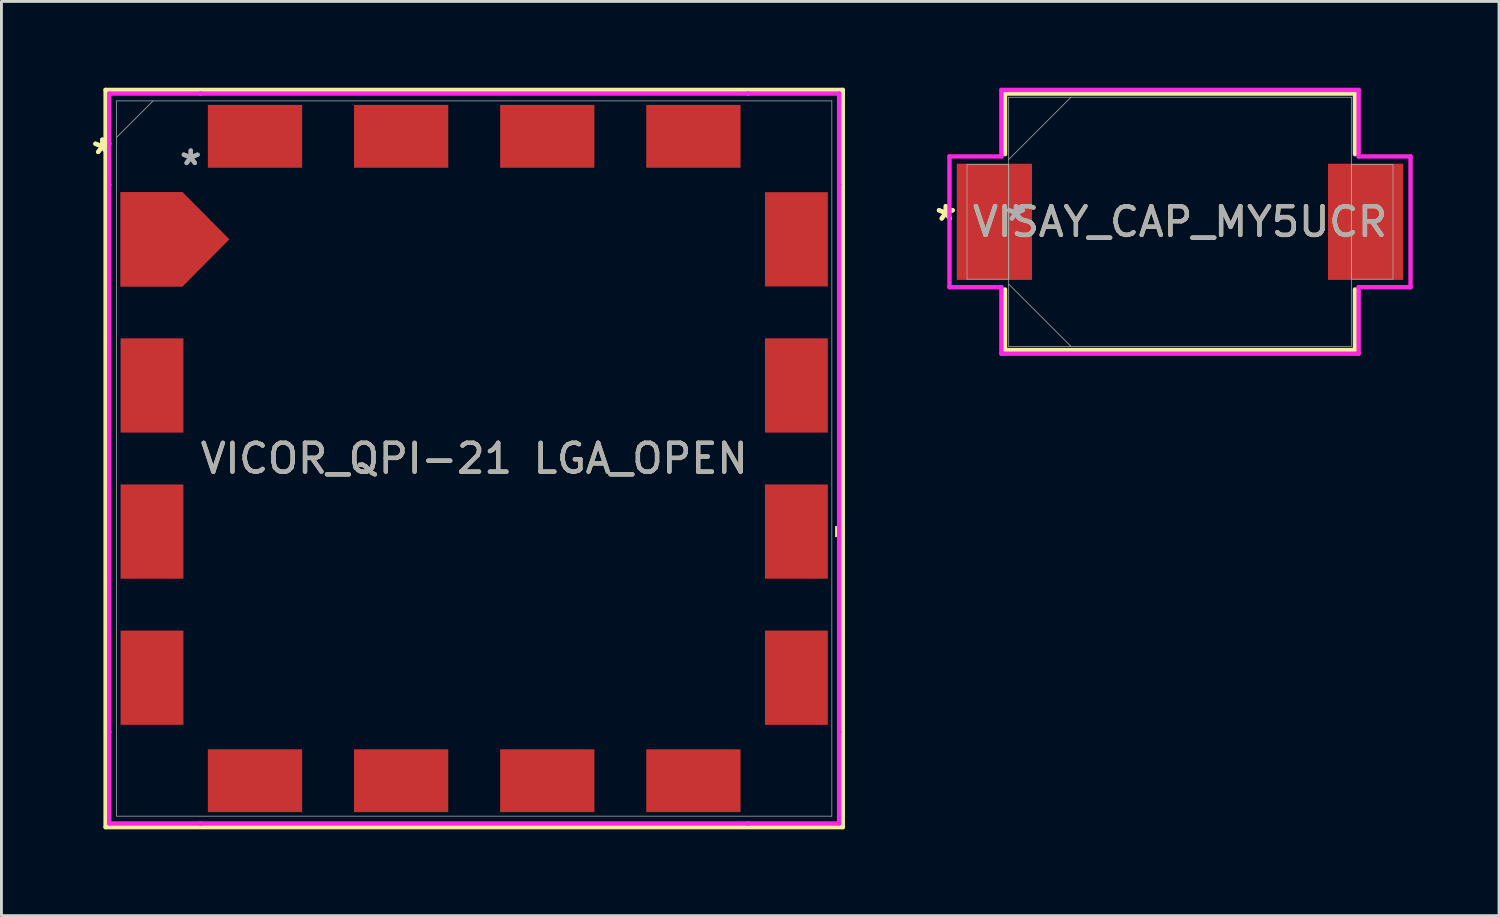
<source format=kicad_pcb>
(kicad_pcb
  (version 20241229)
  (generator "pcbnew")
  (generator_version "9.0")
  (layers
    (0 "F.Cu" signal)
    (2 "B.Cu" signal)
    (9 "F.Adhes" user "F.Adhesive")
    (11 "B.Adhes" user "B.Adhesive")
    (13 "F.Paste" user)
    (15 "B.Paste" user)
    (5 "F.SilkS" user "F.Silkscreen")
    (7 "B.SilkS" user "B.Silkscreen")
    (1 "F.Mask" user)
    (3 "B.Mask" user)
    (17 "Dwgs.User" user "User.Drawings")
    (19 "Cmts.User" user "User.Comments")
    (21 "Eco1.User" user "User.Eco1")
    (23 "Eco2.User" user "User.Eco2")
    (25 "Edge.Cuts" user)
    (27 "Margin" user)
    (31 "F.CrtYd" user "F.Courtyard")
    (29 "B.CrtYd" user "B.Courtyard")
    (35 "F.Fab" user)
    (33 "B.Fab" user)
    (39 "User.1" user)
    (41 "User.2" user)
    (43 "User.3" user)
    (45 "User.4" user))
  (footprint "VISAY_CAP_MY5UCR"
    (layer "F.Cu")
    (at 37.972 4.661)
    (property "Reference" "VISAY_CAP_MY5UCR" (at 0 0 0) (unlocked yes) (layer "F.SilkS") (effects (font (size 1 1) (thickness 0.15))))
    (attr smd)
    (fp_line (start -6.083 -4.458) (end -6.083 -2.352) (stroke (width 0.152) (type solid)) (layer "F.SilkS"))
    (fp_line (start -6.083 2.352) (end -6.083 4.458) (stroke (width 0.152) (type solid)) (layer "F.SilkS"))
    (fp_line (start -6.083 4.458) (end 6.083 4.458) (stroke (width 0.152) (type solid)) (layer "F.SilkS"))
    (fp_line (start 6.083 -4.458) (end -6.083 -4.458) (stroke (width 0.152) (type solid)) (layer "F.SilkS"))
    (fp_line (start 6.083 -2.352) (end 6.083 -4.458) (stroke (width 0.152) (type solid)) (layer "F.SilkS"))
    (fp_line (start 6.083 4.458) (end 6.083 2.352) (stroke (width 0.152) (type solid)) (layer "F.SilkS"))
    (fp_line (start -8.014 -2.273) (end -6.21 -2.273) (stroke (width 0.152) (type solid)) (layer "F.CrtYd"))
    (fp_line (start -8.014 2.273) (end -8.014 -2.273) (stroke (width 0.152) (type solid)) (layer "F.CrtYd"))
    (fp_line (start -6.21 -4.585) (end 6.21 -4.585) (stroke (width 0.152) (type solid)) (layer "F.CrtYd"))
    (fp_line (start -6.21 -2.273) (end -6.21 -4.585) (stroke (width 0.152) (type solid)) (layer "F.CrtYd"))
    (fp_line (start -6.21 2.273) (end -8.014 2.273) (stroke (width 0.152) (type solid)) (layer "F.CrtYd"))
    (fp_line (start -6.21 4.585) (end -6.21 2.273) (stroke (width 0.152) (type solid)) (layer "F.CrtYd"))
    (fp_line (start 6.21 -4.585) (end 6.21 -2.273) (stroke (width 0.152) (type solid)) (layer "F.CrtYd"))
    (fp_line (start 6.21 -2.273) (end 8.014 -2.273) (stroke (width 0.152) (type solid)) (layer "F.CrtYd"))
    (fp_line (start 6.21 2.273) (end 6.21 4.585) (stroke (width 0.152) (type solid)) (layer "F.CrtYd"))
    (fp_line (start 6.21 4.585) (end -6.21 4.585) (stroke (width 0.152) (type solid)) (layer "F.CrtYd"))
    (fp_line (start 8.014 -2.273) (end 8.014 2.273) (stroke (width 0.152) (type solid)) (layer "F.CrtYd"))
    (fp_line (start 8.014 2.273) (end 6.21 2.273) (stroke (width 0.152) (type solid)) (layer "F.CrtYd"))
    (fp_line (start -7.404 -1.994) (end -7.404 1.994) (stroke (width 0.025) (type solid)) (layer "F.Fab"))
    (fp_line (start -7.404 1.994) (end -5.956 1.994) (stroke (width 0.025) (type solid)) (layer "F.Fab"))
    (fp_line (start -5.956 -4.331) (end -5.956 4.331) (stroke (width 0.025) (type solid)) (layer "F.Fab"))
    (fp_line (start -5.956 -2.165) (end -3.791 -4.331) (stroke (width 0.025) (type solid)) (layer "F.Fab"))
    (fp_line (start -5.956 -1.994) (end -7.404 -1.994) (stroke (width 0.025) (type solid)) (layer "F.Fab"))
    (fp_line (start -5.956 1.994) (end -5.956 -1.994) (stroke (width 0.025) (type solid)) (layer "F.Fab"))
    (fp_line (start -5.956 2.165) (end -3.791 4.331) (stroke (width 0.025) (type solid)) (layer "F.Fab"))
    (fp_line (start -5.956 4.331) (end 5.956 4.331) (stroke (width 0.025) (type solid)) (layer "F.Fab"))
    (fp_line (start 5.956 -4.331) (end -5.956 -4.331) (stroke (width 0.025) (type solid)) (layer "F.Fab"))
    (fp_line (start 5.956 -1.994) (end 5.956 1.994) (stroke (width 0.025) (type solid)) (layer "F.Fab"))
    (fp_line (start 5.956 1.994) (end 7.404 1.994) (stroke (width 0.025) (type solid)) (layer "F.Fab"))
    (fp_line (start 5.956 4.331) (end 5.956 -4.331) (stroke (width 0.025) (type solid)) (layer "F.Fab"))
    (fp_line (start 7.404 -1.994) (end 5.956 -1.994) (stroke (width 0.025) (type solid)) (layer "F.Fab"))
    (fp_line (start 7.404 1.994) (end 7.404 -1.994) (stroke (width 0.025) (type solid)) (layer "F.Fab"))
    (fp_text user "*" (at -8.141 0 0) (layer "F.SilkS") (effects (font (size 1 1) (thickness 0.15))))
    (fp_text user "*" (at -8.141 0 0) (unlocked yes) (layer "F.SilkS") (effects (font (size 1 1) (thickness 0.15))))
    (fp_text user "${REFERENCE}" (at 0 0 0) (unlocked yes) (layer "F.Fab") (effects (font (size 1 1) (thickness 0.15))))
    (fp_text user "*" (at -5.702 0 0) (unlocked yes) (layer "F.Fab") (effects (font (size 1 1) (thickness 0.15))))
    (fp_text user "*" (at -5.702 0 0) (layer "F.Fab") (effects (font (size 1 1) (thickness 0.15))))
    (pad "1" smd rect (at -6.452 0) (size 2.616 4.039) (layers "F.Cu" "F.Mask" "F.Paste"))
    (pad "2" smd rect (at 6.452 0) (size 2.616 4.039) (layers "F.Cu" "F.Mask" "F.Paste")))
  (footprint "VICOR_QPI-21 LGA_OPEN"
    (layer "F.Cu")
    (at 13.435 12.89)
    (property "Reference" "VICOR_QPI-21 LGA_OPEN" (at 0 0 0) (unlocked yes) (layer "F.SilkS") (effects (font (size 1 1) (thickness 0.15))))
    (attr smd)
    (fp_poly (pts (xy -12.294 -9.258) (xy -12.294 -5.982) (xy -10.135 -5.982) (xy -8.509 -7.62) (xy -10.135 -9.258)) (stroke (width 0) (type solid)) (fill yes) (layer "F.Cu"))
    (fp_poly (pts (xy -12.294 -9.258) (xy -12.294 -5.982) (xy -10.135 -5.982) (xy -8.509 -7.62) (xy -10.135 -9.258)) (stroke (width 0) (type solid)) (fill yes) (layer "F.Mask"))
    (fp_line (start -12.814 -12.814) (end -12.814 12.814) (stroke (width 0.152) (type solid)) (layer "F.SilkS"))
    (fp_line (start -12.814 12.814) (end 12.814 12.814) (stroke (width 0.152) (type solid)) (layer "F.SilkS"))
    (fp_line (start 12.814 -12.814) (end -12.814 -12.814) (stroke (width 0.152) (type solid)) (layer "F.SilkS"))
    (fp_line (start 12.814 12.814) (end 12.814 -12.814) (stroke (width 0.152) (type solid)) (layer "F.SilkS"))
    (fp_poly (pts (xy 12.802 2.349) (xy 12.802 2.731) (xy 12.548 2.731) (xy 12.548 2.349)) (stroke (width 0) (type solid)) (fill yes) (layer "F.SilkS"))
    (fp_poly (pts (xy -12.294 -9.258) (xy -12.294 -5.982) (xy -10.135 -5.982) (xy -8.509 -7.62) (xy -10.135 -9.258)) (stroke (width 0) (type solid)) (fill yes) (layer "F.Paste"))
    (fp_line (start -12.687 -12.687) (end -9.512 -12.687) (stroke (width 0.152) (type solid)) (layer "F.CrtYd"))
    (fp_line (start -12.687 -9.512) (end -12.687 -12.687) (stroke (width 0.152) (type solid)) (layer "F.CrtYd"))
    (fp_line (start -12.687 -9.512) (end -12.687 -9.512) (stroke (width 0.152) (type solid)) (layer "F.CrtYd"))
    (fp_line (start -12.687 9.512) (end -12.687 -9.512) (stroke (width 0.152) (type solid)) (layer "F.CrtYd"))
    (fp_line (start -12.687 9.512) (end -12.687 9.512) (stroke (width 0.152) (type solid)) (layer "F.CrtYd"))
    (fp_line (start -12.687 12.687) (end -12.687 9.512) (stroke (width 0.152) (type solid)) (layer "F.CrtYd"))
    (fp_line (start -9.512 -12.687) (end -9.512 -12.687) (stroke (width 0.152) (type solid)) (layer "F.CrtYd"))
    (fp_line (start -9.512 -12.687) (end 9.512 -12.687) (stroke (width 0.152) (type solid)) (layer "F.CrtYd"))
    (fp_line (start -9.512 12.687) (end -12.687 12.687) (stroke (width 0.152) (type solid)) (layer "F.CrtYd"))
    (fp_line (start -9.512 12.687) (end -9.512 12.687) (stroke (width 0.152) (type solid)) (layer "F.CrtYd"))
    (fp_line (start 9.512 -12.687) (end 9.512 -12.687) (stroke (width 0.152) (type solid)) (layer "F.CrtYd"))
    (fp_line (start 9.512 -12.687) (end 12.687 -12.687) (stroke (width 0.152) (type solid)) (layer "F.CrtYd"))
    (fp_line (start 9.512 12.687) (end -9.512 12.687) (stroke (width 0.152) (type solid)) (layer "F.CrtYd"))
    (fp_line (start 9.512 12.687) (end 9.512 12.687) (stroke (width 0.152) (type solid)) (layer "F.CrtYd"))
    (fp_line (start 12.687 -12.687) (end 12.687 -9.512) (stroke (width 0.152) (type solid)) (layer "F.CrtYd"))
    (fp_line (start 12.687 -9.512) (end 12.687 -9.512) (stroke (width 0.152) (type solid)) (layer "F.CrtYd"))
    (fp_line (start 12.687 -9.512) (end 12.687 9.512) (stroke (width 0.152) (type solid)) (layer "F.CrtYd"))
    (fp_line (start 12.687 9.512) (end 12.687 9.512) (stroke (width 0.152) (type solid)) (layer "F.CrtYd"))
    (fp_line (start 12.687 9.512) (end 12.687 12.687) (stroke (width 0.152) (type solid)) (layer "F.CrtYd"))
    (fp_line (start 12.687 12.687) (end 9.512 12.687) (stroke (width 0.152) (type solid)) (layer "F.CrtYd"))
    (fp_line (start -12.433 -12.433) (end -12.433 12.433) (stroke (width 0.025) (type solid)) (layer "F.Fab"))
    (fp_line (start -12.433 -11.163) (end -11.163 -12.433) (stroke (width 0.025) (type solid)) (layer "F.Fab"))
    (fp_line (start -12.433 12.433) (end 12.433 12.433) (stroke (width 0.025) (type solid)) (layer "F.Fab"))
    (fp_line (start 12.433 -12.433) (end -12.433 -12.433) (stroke (width 0.025) (type solid)) (layer "F.Fab"))
    (fp_line (start 12.433 12.433) (end 12.433 -12.433) (stroke (width 0.025) (type solid)) (layer "F.Fab"))
    (fp_text user "*" (at -12.929 -10.541 0) (layer "F.SilkS") (effects (font (size 1 1) (thickness 0.15))))
    (fp_text user "*" (at -12.929 -10.541 0) (unlocked yes) (layer "F.SilkS") (effects (font (size 1 1) (thickness 0.15))))
    (fp_text user "*" (at -9.855 -10.16 0) (layer "F.Fab") (effects (font (size 1 1) (thickness 0.15))))
    (fp_text user "${REFERENCE}" (at 0 0 0) (unlocked yes) (layer "F.Fab") (effects (font (size 1 1) (thickness 0.15))))
    (fp_text user "*" (at -9.855 -10.16 0) (unlocked yes) (layer "F.Fab") (effects (font (size 1 1) (thickness 0.15))))
    (pad "1" smd rect (at -11.214 -7.62 90) (size 3.277 2.159) (layers "F.Cu" "F.Mask" "F.Paste"))
    (pad "2" smd rect (at -11.201 -2.54 90) (size 3.277 2.184) (layers "F.Cu" "F.Mask" "F.Paste"))
    (pad "3" smd rect (at -11.201 2.54 90) (size 3.277 2.184) (layers "F.Cu" "F.Mask" "F.Paste"))
    (pad "4" smd rect (at -11.201 7.62 90) (size 3.277 2.184) (layers "F.Cu" "F.Mask" "F.Paste"))
    (pad "5" smd rect (at -7.62 11.201) (size 3.277 2.184) (layers "F.Cu" "F.Mask" "F.Paste"))
    (pad "6" smd rect (at -2.54 11.201) (size 3.277 2.184) (layers "F.Cu" "F.Mask" "F.Paste"))
    (pad "7" smd rect (at 2.54 11.201) (size 3.277 2.184) (layers "F.Cu" "F.Mask" "F.Paste"))
    (pad "8" smd rect (at 7.62 11.201) (size 3.277 2.184) (layers "F.Cu" "F.Mask" "F.Paste"))
    (pad "9" smd rect (at 11.201 7.62 90) (size 3.277 2.184) (layers "F.Cu" "F.Mask" "F.Paste"))
    (pad "10" smd rect (at 11.201 2.54 90) (size 3.277 2.184) (layers "F.Cu" "F.Mask" "F.Paste"))
    (pad "11" smd rect (at 11.201 -2.54 90) (size 3.277 2.184) (layers "F.Cu" "F.Mask" "F.Paste"))
    (pad "12" smd rect (at 11.201 -7.62 90) (size 3.277 2.184) (layers "F.Cu" "F.Mask" "F.Paste"))
    (pad "13" smd rect (at 7.62 -11.201) (size 3.277 2.184) (layers "F.Cu" "F.Mask" "F.Paste"))
    (pad "14" smd rect (at 2.54 -11.201) (size 3.277 2.184) (layers "F.Cu" "F.Mask" "F.Paste"))
    (pad "15" smd rect (at -2.54 -11.201) (size 3.277 2.184) (layers "F.Cu" "F.Mask" "F.Paste"))
    (pad "16" smd rect (at -7.62 -11.201) (size 3.277 2.184) (layers "F.Cu" "F.Mask" "F.Paste")))
  (gr_rect
    (start -3 -3)
    (end 49.062 28.781)
    (stroke (width 0.1) (type default))
    (fill no)
    (layer "Edge.Cuts")))
</source>
